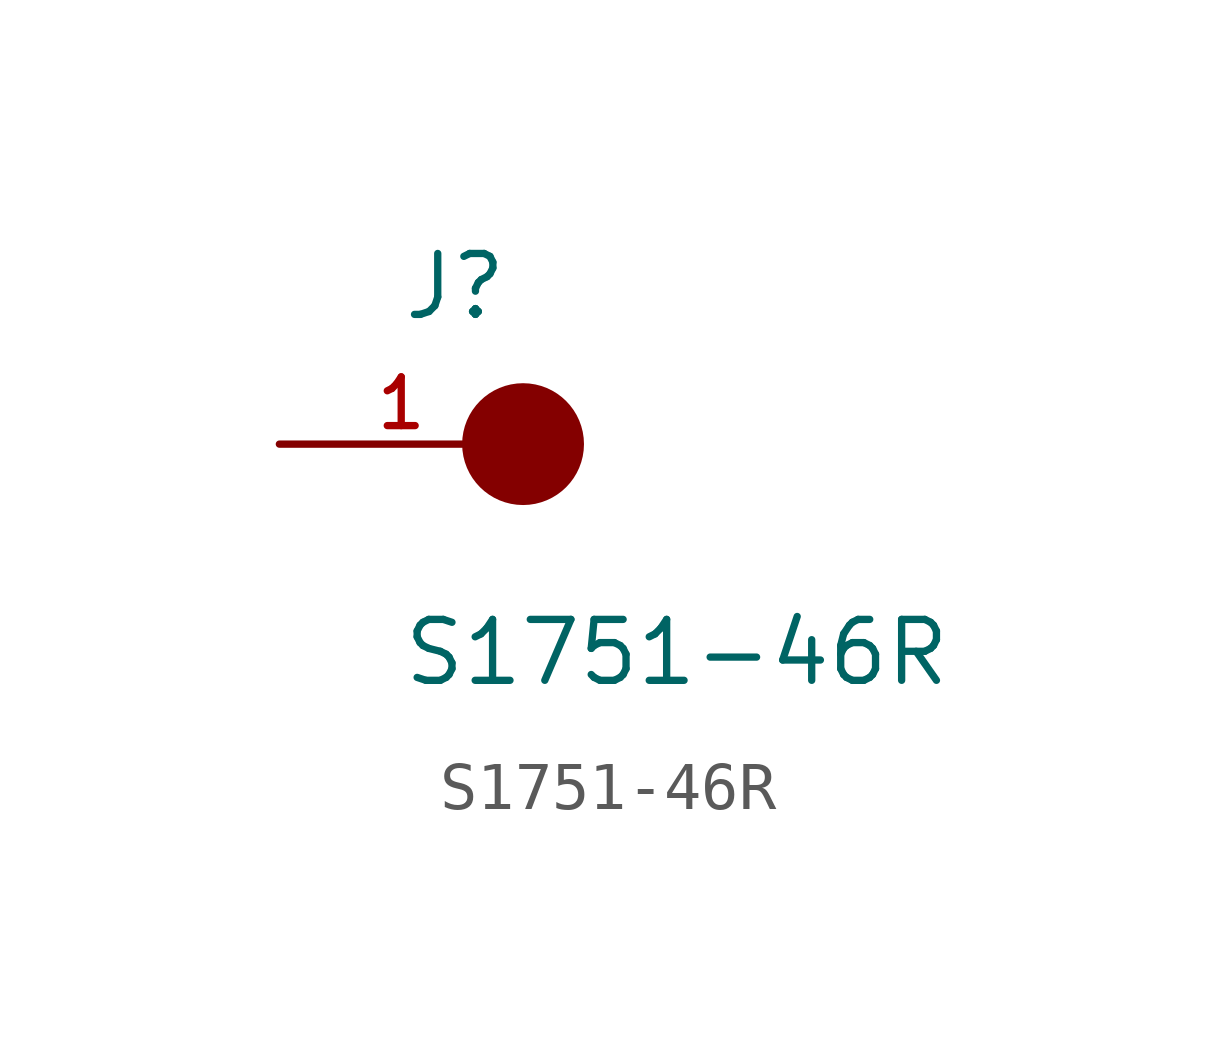
<source format=kicad_sym>
(kicad_symbol_lib
  (version 20211014)
  (generator kicad_symbol_editor)
  (symbol "S1751-46R"
    (pin_names
      (offset 1.016))
    (property "Reference" "J"
      (at -2.544 2.541 0)
      (effects (font (size 1.27 1.27)) (justify bottom left)))
    (property "Value" "S1751-46R"
      (at -2.55 -5.087 0)
      (effects (font (size 1.27 1.27)) (justify bottom left)))
    (symbol "S1751-46R_0_0"
      (circle (center 0.0 0.0) (radius 0.635) (stroke (width 1.27)) (fill (type none)))
      (pin passive line (at -5.08 0.0 0) (length 5.08) (name "~" (effects (font (size 1.016 1.016)))) (number "1" (effects (font (size 1.016 1.016))))))))
</source>
